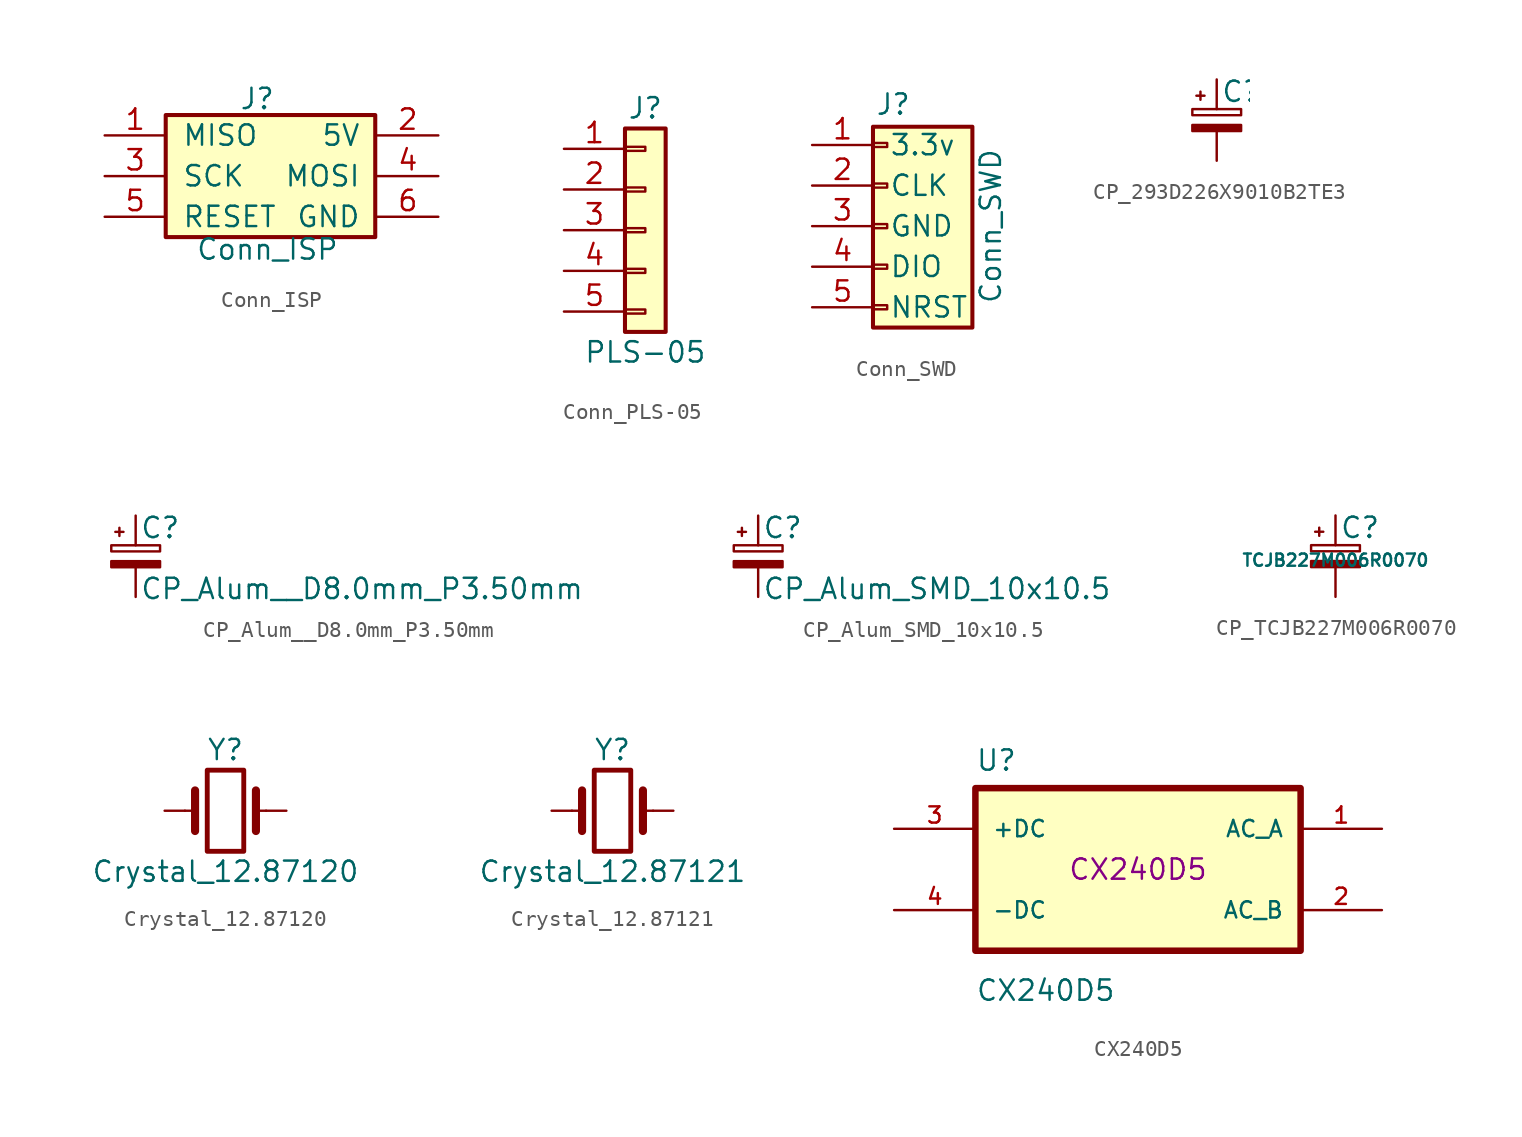
<source format=kicad_sym>
(kicad_symbol_lib
  (version 20220914)
  (generator kicad_symbol_editor)
  (symbol "Conn_ISP"
    (pin_names
      (offset 1.016))
    (property "Reference" "J"
      (at -0.635 4.826 0)
      (effects (font (size 1.27 1.27))))
    (property "Value" "Conn_ISP"
      (at 0 -4.572 0)
      (effects (font (size 1.27 1.27))))
    (symbol "Conn_ISP_1_1"
      (rectangle (start -6.35 3.81) (end 6.731 -3.81) (stroke (width 0.254) (type default)) (fill (type background)))
      (pin passive line (at -10.16 2.54 0) (length 3.81) (name "MISO" (effects (font (size 1.27 1.27)))) (number "1" (effects (font (size 1.27 1.27)))))
      (pin passive line (at 10.668 2.54 180) (length 3.81) (name "5V" (effects (font (size 1.27 1.27)))) (number "2" (effects (font (size 1.27 1.27)))))
      (pin passive line (at -10.16 0 0) (length 3.81) (name "SCK" (effects (font (size 1.27 1.27)))) (number "3" (effects (font (size 1.27 1.27)))))
      (pin passive line (at 10.668 0 180) (length 3.81) (name "MOSI" (effects (font (size 1.27 1.27)))) (number "4" (effects (font (size 1.27 1.27)))))
      (pin passive line (at -10.16 -2.54 0) (length 3.81) (name "RESET" (effects (font (size 1.27 1.27)))) (number "5" (effects (font (size 1.27 1.27)))))
      (pin passive line (at 10.668 -2.54 180) (length 3.81) (name "GND" (effects (font (size 1.27 1.27)))) (number "6" (effects (font (size 1.27 1.27)))))))
  (symbol "Conn_PLS-05"
    (pin_names
      (offset 1.016) hide)
    (property "Reference" "J"
      (at 0 7.62 0)
      (effects (font (size 1.27 1.27))))
    (property "Value" "PLS-05"
      (at 0 -7.62 0)
      (effects (font (size 1.27 1.27))))
    (symbol "Conn_PLS-05_1_1"
      (rectangle (start -1.27 -4.953) (end 0 -5.207) (stroke (width 0.152) (type default)) (fill (type none)))
      (rectangle (start -1.27 -2.413) (end 0 -2.667) (stroke (width 0.152) (type default)) (fill (type none)))
      (rectangle (start -1.27 0.127) (end 0 -0.127) (stroke (width 0.152) (type default)) (fill (type none)))
      (rectangle (start -1.27 2.667) (end 0 2.413) (stroke (width 0.152) (type default)) (fill (type none)))
      (rectangle (start -1.27 5.207) (end 0 4.953) (stroke (width 0.152) (type default)) (fill (type none)))
      (rectangle (start -1.27 6.35) (end 1.27 -6.35) (stroke (width 0.254) (type default)) (fill (type background)))
      (pin passive line (at -5.08 5.08 0) (length 3.81) (name "Pin_1" (effects (font (size 1.27 1.27)))) (number "1" (effects (font (size 1.27 1.27)))))
      (pin passive line (at -5.08 2.54 0) (length 3.81) (name "Pin_2" (effects (font (size 1.27 1.27)))) (number "2" (effects (font (size 1.27 1.27)))))
      (pin passive line (at -5.08 0 0) (length 3.81) (name "Pin_3" (effects (font (size 1.27 1.27)))) (number "3" (effects (font (size 1.27 1.27)))))
      (pin passive line (at -5.08 -2.54 0) (length 3.81) (name "Pin_4" (effects (font (size 1.27 1.27)))) (number "4" (effects (font (size 1.27 1.27)))))
      (pin passive line (at -5.08 -5.08 0) (length 3.81) (name "Pin_5" (effects (font (size 1.27 1.27)))) (number "5" (effects (font (size 1.27 1.27)))))))
  (symbol "Conn_SWD"
    (pin_names
      (offset 1.016))
    (property "Reference" "J"
      (at 0 7.62 0)
      (effects (font (size 1.27 1.27))))
    (property "Value" "Conn_SWD"
      (at 6.096 0 90)
      (effects (font (size 1.27 1.27))))
    (symbol "Conn_SWD_1_1"
      (rectangle (start -1.27 -4.953) (end -0.381 -5.207) (stroke (width 0.152) (type default)) (fill (type none)))
      (rectangle (start -1.27 -2.413) (end -0.381 -2.667) (stroke (width 0.152) (type default)) (fill (type none)))
      (rectangle (start -1.27 0.127) (end -0.381 -0.127) (stroke (width 0.152) (type default)) (fill (type none)))
      (rectangle (start -1.27 2.667) (end -0.381 2.413) (stroke (width 0.152) (type default)) (fill (type none)))
      (rectangle (start -1.27 5.207) (end -0.381 4.953) (stroke (width 0.152) (type default)) (fill (type none)))
      (rectangle (start -1.27 6.223) (end 4.953 -6.35) (stroke (width 0.254) (type default)) (fill (type background)))
      (pin passive line (at -5.08 5.08 0) (length 3.81) (name "3.3v" (effects (font (size 1.27 1.27)))) (number "1" (effects (font (size 1.27 1.27)))))
      (pin bidirectional line (at -5.08 2.54 0) (length 3.81) (name "CLK" (effects (font (size 1.27 1.27)))) (number "2" (effects (font (size 1.27 1.27)))))
      (pin passive line (at -5.08 0 0) (length 3.81) (name "GND" (effects (font (size 1.27 1.27)))) (number "3" (effects (font (size 1.27 1.27)))))
      (pin bidirectional line (at -5.08 -2.54 0) (length 3.81) (name "DIO" (effects (font (size 1.27 1.27)))) (number "4" (effects (font (size 1.27 1.27)))))
      (pin bidirectional line (at -5.08 -5.08 0) (length 3.81) (name "NRST" (effects (font (size 1.27 1.27)))) (number "5" (effects (font (size 1.27 1.27)))))))
  (symbol "CP_293D226X9010B2TE3"
    (pin_numbers hide)
    (pin_names
      (offset 0.254) hide)
    (property "Reference" "C"
      (at 0.254 1.778 0)
      (effects (font (size 1.27 1.27)) (justify left)))
    (symbol "CP_293D226X9010B2TE3_0_1"
      (rectangle (start -1.524 -0.305) (end 1.524 -0.686) (stroke (width 0) (type default)) (fill (type outline)))
      (rectangle (start -1.524 0.686) (end 1.524 0.305) (stroke (width 0) (type default)) (fill (type none)))
      (polyline (pts (xy -1.27 1.524) (xy -0.762 1.524)) (stroke (width 0) (type default)) (fill (type none)))
      (polyline (pts (xy -1.016 1.27) (xy -1.016 1.778)) (stroke (width 0) (type default)) (fill (type none))))
    (symbol "CP_293D226X9010B2TE3_1_1"
      (pin passive line (at 0 2.54 270) (length 1.854) (name "~" (effects (font (size 1.27 1.27)))) (number "1" (effects (font (size 1.27 1.27)))))
      (pin passive line (at 0 -2.54 90) (length 1.854) (name "~" (effects (font (size 1.27 1.27)))) (number "2" (effects (font (size 1.27 1.27)))))))
  (symbol "CP_Alum__D8.0mm_P3.50mm"
    (pin_numbers hide)
    (pin_names
      (offset 0.254) hide)
    (property "Reference" "C"
      (at 0.254 1.778 0)
      (effects (font (size 1.27 1.27)) (justify left)))
    (property "Value" "CP_Alum__D8.0mm_P3.50mm"
      (at 0.254 -2.032 0)
      (effects (font (size 1.27 1.27)) (justify left)))
    (symbol "CP_Alum__D8.0mm_P3.50mm_0_1"
      (rectangle (start -1.524 -0.305) (end 1.524 -0.686) (stroke (width 0) (type default)) (fill (type outline)))
      (rectangle (start -1.524 0.686) (end 1.524 0.305) (stroke (width 0) (type default)) (fill (type none)))
      (polyline (pts (xy -1.27 1.524) (xy -0.762 1.524)) (stroke (width 0) (type default)) (fill (type none)))
      (polyline (pts (xy -1.016 1.27) (xy -1.016 1.778)) (stroke (width 0) (type default)) (fill (type none))))
    (symbol "CP_Alum__D8.0mm_P3.50mm_1_1"
      (pin passive line (at 0 2.54 270) (length 1.854) (name "~" (effects (font (size 1.27 1.27)))) (number "1" (effects (font (size 1.27 1.27)))))
      (pin passive line (at 0 -2.54 90) (length 1.854) (name "~" (effects (font (size 1.27 1.27)))) (number "2" (effects (font (size 1.27 1.27)))))))
  (symbol "CP_Alum_SMD_10x10.5"
    (pin_numbers hide)
    (pin_names
      (offset 0.254) hide)
    (property "Reference" "C"
      (at 0.254 1.778 0)
      (effects (font (size 1.27 1.27)) (justify left)))
    (property "Value" "CP_Alum_SMD_10x10.5"
      (at 0.254 -2.032 0)
      (effects (font (size 1.27 1.27)) (justify left)))
    (symbol "CP_Alum_SMD_10x10.5_0_1"
      (rectangle (start -1.524 -0.305) (end 1.524 -0.686) (stroke (width 0) (type default)) (fill (type outline)))
      (rectangle (start -1.524 0.686) (end 1.524 0.305) (stroke (width 0) (type default)) (fill (type none)))
      (polyline (pts (xy -1.27 1.524) (xy -0.762 1.524)) (stroke (width 0) (type default)) (fill (type none)))
      (polyline (pts (xy -1.016 1.27) (xy -1.016 1.778)) (stroke (width 0) (type default)) (fill (type none))))
    (symbol "CP_Alum_SMD_10x10.5_1_1"
      (pin passive line (at 0 2.54 270) (length 1.854) (name "~" (effects (font (size 1.27 1.27)))) (number "1" (effects (font (size 1.27 1.27)))))
      (pin passive line (at 0 -2.54 90) (length 1.854) (name "~" (effects (font (size 1.27 1.27)))) (number "2" (effects (font (size 1.27 1.27)))))))
  (symbol "CP_TCJB227M006R0070"
    (pin_numbers hide)
    (pin_names
      (offset 0.254) hide)
    (property "Reference" "C"
      (at 0.254 1.778 0)
      (effects (font (size 1.27 1.27)) (justify left)))
    (property "Value" "TCJB227M006R0070"
      (at 0 -0.254 0)
      (effects (font (size 0.762 0.762))))
    (symbol "CP_TCJB227M006R0070_0_1"
      (rectangle (start -1.524 -0.305) (end 1.524 -0.686) (stroke (width 0) (type default)) (fill (type outline)))
      (rectangle (start -1.524 0.686) (end 1.524 0.305) (stroke (width 0) (type default)) (fill (type none)))
      (polyline (pts (xy -1.27 1.524) (xy -0.762 1.524)) (stroke (width 0) (type default)) (fill (type none)))
      (polyline (pts (xy -1.016 1.27) (xy -1.016 1.778)) (stroke (width 0) (type default)) (fill (type none))))
    (symbol "CP_TCJB227M006R0070_1_1"
      (pin passive line (at 0 2.54 270) (length 1.854) (name "~" (effects (font (size 1.27 1.27)))) (number "1" (effects (font (size 1.27 1.27)))))
      (pin passive line (at 0 -2.54 90) (length 1.854) (name "~" (effects (font (size 1.27 1.27)))) (number "2" (effects (font (size 1.27 1.27)))))))
  (symbol "Crystal_12.87120"
    (pin_numbers hide)
    (pin_names
      (offset 1.016) hide)
    (property "Reference" "Y"
      (at 0 3.81 0)
      (effects (font (size 1.27 1.27))))
    (property "Value" "Crystal_12.87120"
      (at 0 -3.81 0)
      (effects (font (size 1.27 1.27))))
    (symbol "Crystal_12.87120_0_1"
      (rectangle (start -1.143 2.54) (end 1.143 -2.54) (stroke (width 0.305) (type default)) (fill (type none)))
      (polyline (pts (xy -2.54 0) (xy -1.905 0)) (stroke (width 0) (type default)) (fill (type none)))
      (polyline (pts (xy -1.905 -1.27) (xy -1.905 1.27)) (stroke (width 0.508) (type default)) (fill (type none)))
      (polyline (pts (xy 1.905 -1.27) (xy 1.905 1.27)) (stroke (width 0.508) (type default)) (fill (type none)))
      (polyline (pts (xy 2.54 0) (xy 1.905 0)) (stroke (width 0) (type default)) (fill (type none))))
    (symbol "Crystal_12.87120_1_1"
      (pin passive line (at -3.81 0 0) (length 1.27) (name "1" (effects (font (size 1.27 1.27)))) (number "1" (effects (font (size 1.27 1.27)))))
      (pin passive line (at 3.81 0 180) (length 1.27) (name "2" (effects (font (size 1.27 1.27)))) (number "2" (effects (font (size 1.27 1.27)))))))
  (symbol "Crystal_12.87121"
    (pin_numbers hide)
    (pin_names
      (offset 1.016) hide)
    (property "Reference" "Y"
      (at 0 3.81 0)
      (effects (font (size 1.27 1.27))))
    (property "Value" "Crystal_12.87121"
      (at 0 -3.81 0)
      (effects (font (size 1.27 1.27))))
    (symbol "Crystal_12.87121_0_1"
      (rectangle (start -1.143 2.54) (end 1.143 -2.54) (stroke (width 0.305) (type default)) (fill (type none)))
      (polyline (pts (xy -2.54 0) (xy -1.905 0)) (stroke (width 0) (type default)) (fill (type none)))
      (polyline (pts (xy -1.905 -1.27) (xy -1.905 1.27)) (stroke (width 0.508) (type default)) (fill (type none)))
      (polyline (pts (xy 1.905 -1.27) (xy 1.905 1.27)) (stroke (width 0.508) (type default)) (fill (type none)))
      (polyline (pts (xy 2.54 0) (xy 1.905 0)) (stroke (width 0) (type default)) (fill (type none))))
    (symbol "Crystal_12.87121_1_1"
      (pin passive line (at -3.81 0 0) (length 1.27) (name "1" (effects (font (size 1.27 1.27)))) (number "1" (effects (font (size 1.27 1.27)))))
      (pin passive line (at 3.81 0 180) (length 1.27) (name "2" (effects (font (size 1.27 1.27)))) (number "2" (effects (font (size 1.27 1.27)))))))
  (symbol "CX240D5"
    (pin_names
      (offset 1.016))
    (property "Reference" "U"
      (at -10.16 6.071 0)
      (effects (font (size 1.27 1.27)) (justify left bottom)))
    (property "Value" "CX240D5"
      (at -10.16 -8.306 0)
      (effects (font (size 1.27 1.27)) (justify left bottom)))
    (property "Name" "CX240D5"
      (at 0 0 0)
      (effects (font (size 1.27 1.27))))
    (symbol "CX240D5_0_0"
      (rectangle (start -10.16 -5.08) (end 10.16 5.08) (stroke (width 0.406) (type default)) (fill (type background)))
      (pin output line (at 15.24 2.54 180) (length 5.08) (name "AC_A" (effects (font (size 1.016 1.016)))) (number "1" (effects (font (size 1.016 1.016)))))
      (pin output line (at 15.24 -2.54 180) (length 5.08) (name "AC_B" (effects (font (size 1.016 1.016)))) (number "2" (effects (font (size 1.016 1.016)))))
      (pin input line (at -15.24 2.54 0) (length 5.08) (name "+DC" (effects (font (size 1.016 1.016)))) (number "3" (effects (font (size 1.016 1.016)))))
      (pin input line (at -15.24 -2.54 0) (length 5.08) (name "-DC" (effects (font (size 1.016 1.016)))) (number "4" (effects (font (size 1.016 1.016))))))))
</source>
